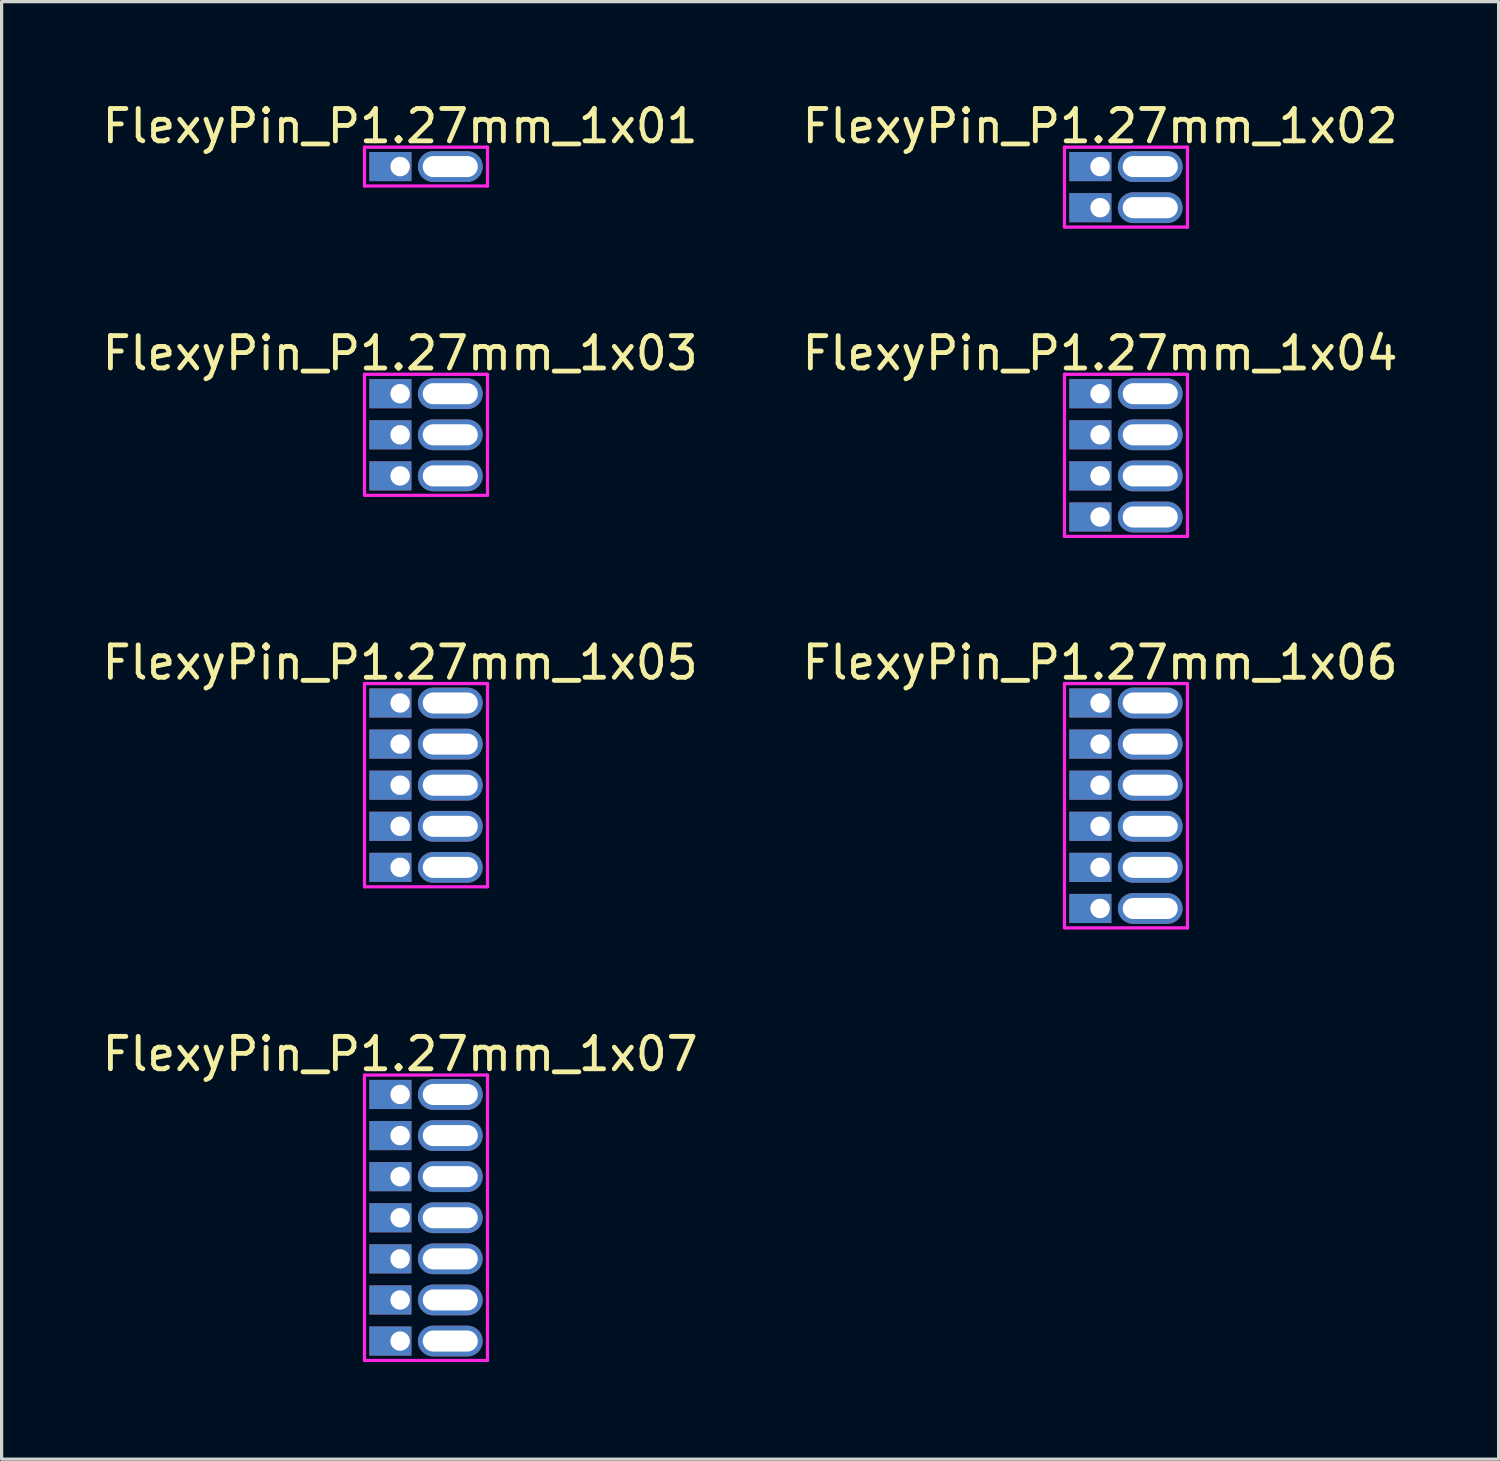
<source format=kicad_pcb>
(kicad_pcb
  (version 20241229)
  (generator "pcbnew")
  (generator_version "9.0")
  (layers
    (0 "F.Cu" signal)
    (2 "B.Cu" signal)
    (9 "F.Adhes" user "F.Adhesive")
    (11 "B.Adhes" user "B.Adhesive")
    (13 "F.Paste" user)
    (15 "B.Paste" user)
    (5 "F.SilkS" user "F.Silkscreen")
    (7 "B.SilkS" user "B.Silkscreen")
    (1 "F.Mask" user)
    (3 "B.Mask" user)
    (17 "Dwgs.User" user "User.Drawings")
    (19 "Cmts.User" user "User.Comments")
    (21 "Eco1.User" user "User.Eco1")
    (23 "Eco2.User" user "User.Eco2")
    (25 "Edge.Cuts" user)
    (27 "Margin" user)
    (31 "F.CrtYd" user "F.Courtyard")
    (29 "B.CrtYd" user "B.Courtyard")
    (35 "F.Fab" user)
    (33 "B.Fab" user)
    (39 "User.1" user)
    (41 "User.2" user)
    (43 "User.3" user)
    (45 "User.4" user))
  (footprint "FlexyPin_P1.27mm_1x06"
    (layer "F.Cu")
    (at 30.946 18.675)
    (property "Reference" "FlexyPin_P1.27mm_1x06" (at 0 -1.25 0) (layer "F.SilkS") (effects (font (size 1 1) (thickness 0.15))))
    (attr through_hole)
    (fp_line (start -1.1 -0.6) (end 2.7 -0.6) (stroke (width 0.1) (type solid)) (layer "F.CrtYd"))
    (fp_line (start -1.1 6.95) (end -1.1 -0.6) (stroke (width 0.1) (type solid)) (layer "F.CrtYd"))
    (fp_line (start 2.7 -0.6) (end 2.7 6.95) (stroke (width 0.1) (type solid)) (layer "F.CrtYd"))
    (fp_line (start 2.7 6.95) (end -1.1 6.95) (stroke (width 0.1) (type solid)) (layer "F.CrtYd"))
    (pad "" thru_hole oval (at 1.55 0) (size 2 0.95) (drill oval 1.7 0.65) (layers "*.Cu" "*.Mask"))
    (pad "" thru_hole oval (at 1.55 1.27) (size 2 0.95) (drill oval 1.7 0.65) (layers "*.Cu" "*.Mask"))
    (pad "" thru_hole oval (at 1.55 2.54) (size 2 0.95) (drill oval 1.7 0.65) (layers "*.Cu" "*.Mask"))
    (pad "" thru_hole oval (at 1.55 3.81) (size 2 0.95) (drill oval 1.7 0.65) (layers "*.Cu" "*.Mask"))
    (pad "" thru_hole oval (at 1.55 5.08) (size 2 0.95) (drill oval 1.7 0.65) (layers "*.Cu" "*.Mask"))
    (pad "" thru_hole oval (at 1.55 6.35) (size 2 0.95) (drill oval 1.7 0.65) (layers "*.Cu" "*.Mask"))
    (pad "1" thru_hole rect (at 0 0) (size 1.3 0.9) (drill 0.6 (offset -0.3 0)) (layers "*.Cu" "*.Mask"))
    (pad "2" thru_hole rect (at 0 1.27) (size 1.3 0.9) (drill 0.6 (offset -0.3 0)) (layers "*.Cu" "*.Mask"))
    (pad "3" thru_hole rect (at 0 2.54) (size 1.3 0.9) (drill 0.6 (offset -0.3 0)) (layers "*.Cu" "*.Mask"))
    (pad "4" thru_hole rect (at 0 3.81) (size 1.3 0.9) (drill 0.6 (offset -0.3 0)) (layers "*.Cu" "*.Mask"))
    (pad "5" thru_hole rect (at 0 5.08) (size 1.3 0.9) (drill 0.6 (offset -0.3 0)) (layers "*.Cu" "*.Mask"))
    (pad "6" thru_hole rect (at 0 6.35) (size 1.3 0.9) (drill 0.6 (offset -0.3 0)) (layers "*.Cu" "*.Mask")))
  (footprint "FlexyPin_P1.27mm_1x05"
    (layer "F.Cu")
    (at 9.315 18.675)
    (property "Reference" "FlexyPin_P1.27mm_1x05" (at 0 -1.25 0) (layer "F.SilkS") (effects (font (size 1 1) (thickness 0.15))))
    (attr through_hole)
    (fp_line (start -1.1 -0.6) (end 2.7 -0.6) (stroke (width 0.1) (type solid)) (layer "F.CrtYd"))
    (fp_line (start -1.1 5.68) (end -1.1 -0.6) (stroke (width 0.1) (type solid)) (layer "F.CrtYd"))
    (fp_line (start 2.7 -0.6) (end 2.7 5.68) (stroke (width 0.1) (type solid)) (layer "F.CrtYd"))
    (fp_line (start 2.7 5.68) (end -1.1 5.68) (stroke (width 0.1) (type solid)) (layer "F.CrtYd"))
    (pad "" thru_hole oval (at 1.55 0) (size 2 0.95) (drill oval 1.7 0.65) (layers "*.Cu" "*.Mask"))
    (pad "" thru_hole oval (at 1.55 1.27) (size 2 0.95) (drill oval 1.7 0.65) (layers "*.Cu" "*.Mask"))
    (pad "" thru_hole oval (at 1.55 2.54) (size 2 0.95) (drill oval 1.7 0.65) (layers "*.Cu" "*.Mask"))
    (pad "" thru_hole oval (at 1.55 3.81) (size 2 0.95) (drill oval 1.7 0.65) (layers "*.Cu" "*.Mask"))
    (pad "" thru_hole oval (at 1.55 5.08) (size 2 0.95) (drill oval 1.7 0.65) (layers "*.Cu" "*.Mask"))
    (pad "1" thru_hole rect (at 0 0) (size 1.3 0.9) (drill 0.6 (offset -0.3 0)) (layers "*.Cu" "*.Mask"))
    (pad "2" thru_hole rect (at 0 1.27) (size 1.3 0.9) (drill 0.6 (offset -0.3 0)) (layers "*.Cu" "*.Mask"))
    (pad "3" thru_hole rect (at 0 2.54) (size 1.3 0.9) (drill 0.6 (offset -0.3 0)) (layers "*.Cu" "*.Mask"))
    (pad "4" thru_hole rect (at 0 3.81) (size 1.3 0.9) (drill 0.6 (offset -0.3 0)) (layers "*.Cu" "*.Mask"))
    (pad "5" thru_hole rect (at 0 5.08) (size 1.3 0.9) (drill 0.6 (offset -0.3 0)) (layers "*.Cu" "*.Mask")))
  (footprint "FlexyPin_P1.27mm_1x04"
    (layer "F.Cu")
    (at 30.946 9.117)
    (property "Reference" "FlexyPin_P1.27mm_1x04" (at 0 -1.25 0) (layer "F.SilkS") (effects (font (size 1 1) (thickness 0.15))))
    (attr through_hole)
    (fp_line (start -1.1 -0.6) (end 2.7 -0.6) (stroke (width 0.1) (type solid)) (layer "F.CrtYd"))
    (fp_line (start -1.1 4.41) (end -1.1 -0.6) (stroke (width 0.1) (type solid)) (layer "F.CrtYd"))
    (fp_line (start 2.7 -0.6) (end 2.7 4.41) (stroke (width 0.1) (type solid)) (layer "F.CrtYd"))
    (fp_line (start 2.7 4.41) (end -1.1 4.41) (stroke (width 0.1) (type solid)) (layer "F.CrtYd"))
    (pad "" thru_hole oval (at 1.55 0) (size 2 0.95) (drill oval 1.7 0.65) (layers "*.Cu" "*.Mask"))
    (pad "" thru_hole oval (at 1.55 1.27) (size 2 0.95) (drill oval 1.7 0.65) (layers "*.Cu" "*.Mask"))
    (pad "" thru_hole oval (at 1.55 2.54) (size 2 0.95) (drill oval 1.7 0.65) (layers "*.Cu" "*.Mask"))
    (pad "" thru_hole oval (at 1.55 3.81) (size 2 0.95) (drill oval 1.7 0.65) (layers "*.Cu" "*.Mask"))
    (pad "1" thru_hole rect (at 0 0) (size 1.3 0.9) (drill 0.6 (offset -0.3 0)) (layers "*.Cu" "*.Mask"))
    (pad "2" thru_hole rect (at 0 1.27) (size 1.3 0.9) (drill 0.6 (offset -0.3 0)) (layers "*.Cu" "*.Mask"))
    (pad "3" thru_hole rect (at 0 2.54) (size 1.3 0.9) (drill 0.6 (offset -0.3 0)) (layers "*.Cu" "*.Mask"))
    (pad "4" thru_hole rect (at 0 3.81) (size 1.3 0.9) (drill 0.6 (offset -0.3 0)) (layers "*.Cu" "*.Mask")))
  (footprint "FlexyPin_P1.27mm_1x03"
    (layer "F.Cu")
    (at 9.315 9.117)
    (property "Reference" "FlexyPin_P1.27mm_1x03" (at 0 -1.25 0) (layer "F.SilkS") (effects (font (size 1 1) (thickness 0.15))))
    (attr through_hole)
    (fp_line (start -1.1 -0.6) (end 2.7 -0.6) (stroke (width 0.1) (type solid)) (layer "F.CrtYd"))
    (fp_line (start -1.1 3.14) (end -1.1 -0.6) (stroke (width 0.1) (type solid)) (layer "F.CrtYd"))
    (fp_line (start 2.7 -0.6) (end 2.7 3.14) (stroke (width 0.1) (type solid)) (layer "F.CrtYd"))
    (fp_line (start 2.7 3.14) (end -1.1 3.14) (stroke (width 0.1) (type solid)) (layer "F.CrtYd"))
    (pad "" thru_hole oval (at 1.55 0) (size 2 0.95) (drill oval 1.7 0.65) (layers "*.Cu" "*.Mask"))
    (pad "" thru_hole oval (at 1.55 1.27) (size 2 0.95) (drill oval 1.7 0.65) (layers "*.Cu" "*.Mask"))
    (pad "" thru_hole oval (at 1.55 2.54) (size 2 0.95) (drill oval 1.7 0.65) (layers "*.Cu" "*.Mask"))
    (pad "1" thru_hole rect (at 0 0) (size 1.3 0.9) (drill 0.6 (offset -0.3 0)) (layers "*.Cu" "*.Mask"))
    (pad "2" thru_hole rect (at 0 1.27) (size 1.3 0.9) (drill 0.6 (offset -0.3 0)) (layers "*.Cu" "*.Mask"))
    (pad "3" thru_hole rect (at 0 2.54) (size 1.3 0.9) (drill 0.6 (offset -0.3 0)) (layers "*.Cu" "*.Mask")))
  (footprint "FlexyPin_P1.27mm_1x02"
    (layer "F.Cu")
    (at 30.946 2.098)
    (property "Reference" "FlexyPin_P1.27mm_1x02" (at 0 -1.25 0) (layer "F.SilkS") (effects (font (size 1 1) (thickness 0.15))))
    (attr through_hole)
    (fp_line (start -1.1 -0.6) (end 2.7 -0.6) (stroke (width 0.1) (type solid)) (layer "F.CrtYd"))
    (fp_line (start -1.1 1.87) (end -1.1 -0.6) (stroke (width 0.1) (type solid)) (layer "F.CrtYd"))
    (fp_line (start 2.7 -0.6) (end 2.7 1.87) (stroke (width 0.1) (type solid)) (layer "F.CrtYd"))
    (fp_line (start 2.7 1.87) (end -1.1 1.87) (stroke (width 0.1) (type solid)) (layer "F.CrtYd"))
    (pad "" thru_hole oval (at 1.55 0) (size 2 0.95) (drill oval 1.7 0.65) (layers "*.Cu" "*.Mask"))
    (pad "" thru_hole oval (at 1.55 1.27) (size 2 0.95) (drill oval 1.7 0.65) (layers "*.Cu" "*.Mask"))
    (pad "1" thru_hole rect (at 0 0) (size 1.3 0.9) (drill 0.6 (offset -0.3 0)) (layers "*.Cu" "*.Mask"))
    (pad "2" thru_hole rect (at 0 1.27) (size 1.3 0.9) (drill 0.6 (offset -0.3 0)) (layers "*.Cu" "*.Mask")))
  (footprint "FlexyPin_P1.27mm_1x01"
    (layer "F.Cu")
    (at 9.315 2.098)
    (property "Reference" "FlexyPin_P1.27mm_1x01" (at 0 -1.25 0) (layer "F.SilkS") (effects (font (size 1 1) (thickness 0.15))))
    (attr through_hole)
    (fp_line (start -1.1 -0.6) (end 2.7 -0.6) (stroke (width 0.1) (type solid)) (layer "F.CrtYd"))
    (fp_line (start -1.1 0.6) (end -1.1 -0.6) (stroke (width 0.1) (type solid)) (layer "F.CrtYd"))
    (fp_line (start 2.7 -0.6) (end 2.7 0.6) (stroke (width 0.1) (type solid)) (layer "F.CrtYd"))
    (fp_line (start 2.7 0.6) (end -1.1 0.6) (stroke (width 0.1) (type solid)) (layer "F.CrtYd"))
    (pad "" thru_hole oval (at 1.55 0) (size 2 0.95) (drill oval 1.7 0.65) (layers "*.Cu" "*.Mask"))
    (pad "1" thru_hole rect (at 0 0) (size 1.3 0.9) (drill 0.6 (offset -0.3 0)) (layers "*.Cu" "*.Mask")))
  (footprint "FlexyPin_P1.27mm_1x07"
    (layer "F.Cu")
    (at 9.315 30.773)
    (property "Reference" "FlexyPin_P1.27mm_1x07" (at 0 -1.25 0) (layer "F.SilkS") (effects (font (size 1 1) (thickness 0.15))))
    (attr through_hole)
    (fp_line (start -1.1 -0.6) (end 2.7 -0.6) (stroke (width 0.1) (type solid)) (layer "F.CrtYd"))
    (fp_line (start -1.1 8.22) (end -1.1 -0.6) (stroke (width 0.1) (type solid)) (layer "F.CrtYd"))
    (fp_line (start 2.7 -0.6) (end 2.7 8.22) (stroke (width 0.1) (type solid)) (layer "F.CrtYd"))
    (fp_line (start 2.7 8.22) (end -1.1 8.22) (stroke (width 0.1) (type solid)) (layer "F.CrtYd"))
    (pad "" thru_hole oval (at 1.55 0) (size 2 0.95) (drill oval 1.7 0.65) (layers "*.Cu" "*.Mask"))
    (pad "" thru_hole oval (at 1.55 1.27) (size 2 0.95) (drill oval 1.7 0.65) (layers "*.Cu" "*.Mask"))
    (pad "" thru_hole oval (at 1.55 2.54) (size 2 0.95) (drill oval 1.7 0.65) (layers "*.Cu" "*.Mask"))
    (pad "" thru_hole oval (at 1.55 3.81) (size 2 0.95) (drill oval 1.7 0.65) (layers "*.Cu" "*.Mask"))
    (pad "" thru_hole oval (at 1.55 5.08) (size 2 0.95) (drill oval 1.7 0.65) (layers "*.Cu" "*.Mask"))
    (pad "" thru_hole oval (at 1.55 6.35) (size 2 0.95) (drill oval 1.7 0.65) (layers "*.Cu" "*.Mask"))
    (pad "" thru_hole oval (at 1.55 7.62) (size 2 0.95) (drill oval 1.7 0.65) (layers "*.Cu" "*.Mask"))
    (pad "1" thru_hole rect (at 0 0) (size 1.3 0.9) (drill 0.6 (offset -0.3 0)) (layers "*.Cu" "*.Mask"))
    (pad "2" thru_hole rect (at 0 1.27) (size 1.3 0.9) (drill 0.6 (offset -0.3 0)) (layers "*.Cu" "*.Mask"))
    (pad "3" thru_hole rect (at 0 2.54) (size 1.3 0.9) (drill 0.6 (offset -0.3 0)) (layers "*.Cu" "*.Mask"))
    (pad "4" thru_hole rect (at 0 3.81) (size 1.3 0.9) (drill 0.6 (offset -0.3 0)) (layers "*.Cu" "*.Mask"))
    (pad "5" thru_hole rect (at 0 5.08) (size 1.3 0.9) (drill 0.6 (offset -0.3 0)) (layers "*.Cu" "*.Mask"))
    (pad "6" thru_hole rect (at 0 6.35) (size 1.3 0.9) (drill 0.6 (offset -0.3 0)) (layers "*.Cu" "*.Mask"))
    (pad "7" thru_hole rect (at 0 7.62) (size 1.3 0.9) (drill 0.6 (offset -0.3 0)) (layers "*.Cu" "*.Mask")))
  (gr_rect
    (start -3 -3)
    (end 43.262 42.043)
    (stroke (width 0.1) (type default))
    (fill no)
    (layer "Edge.Cuts")))
</source>
